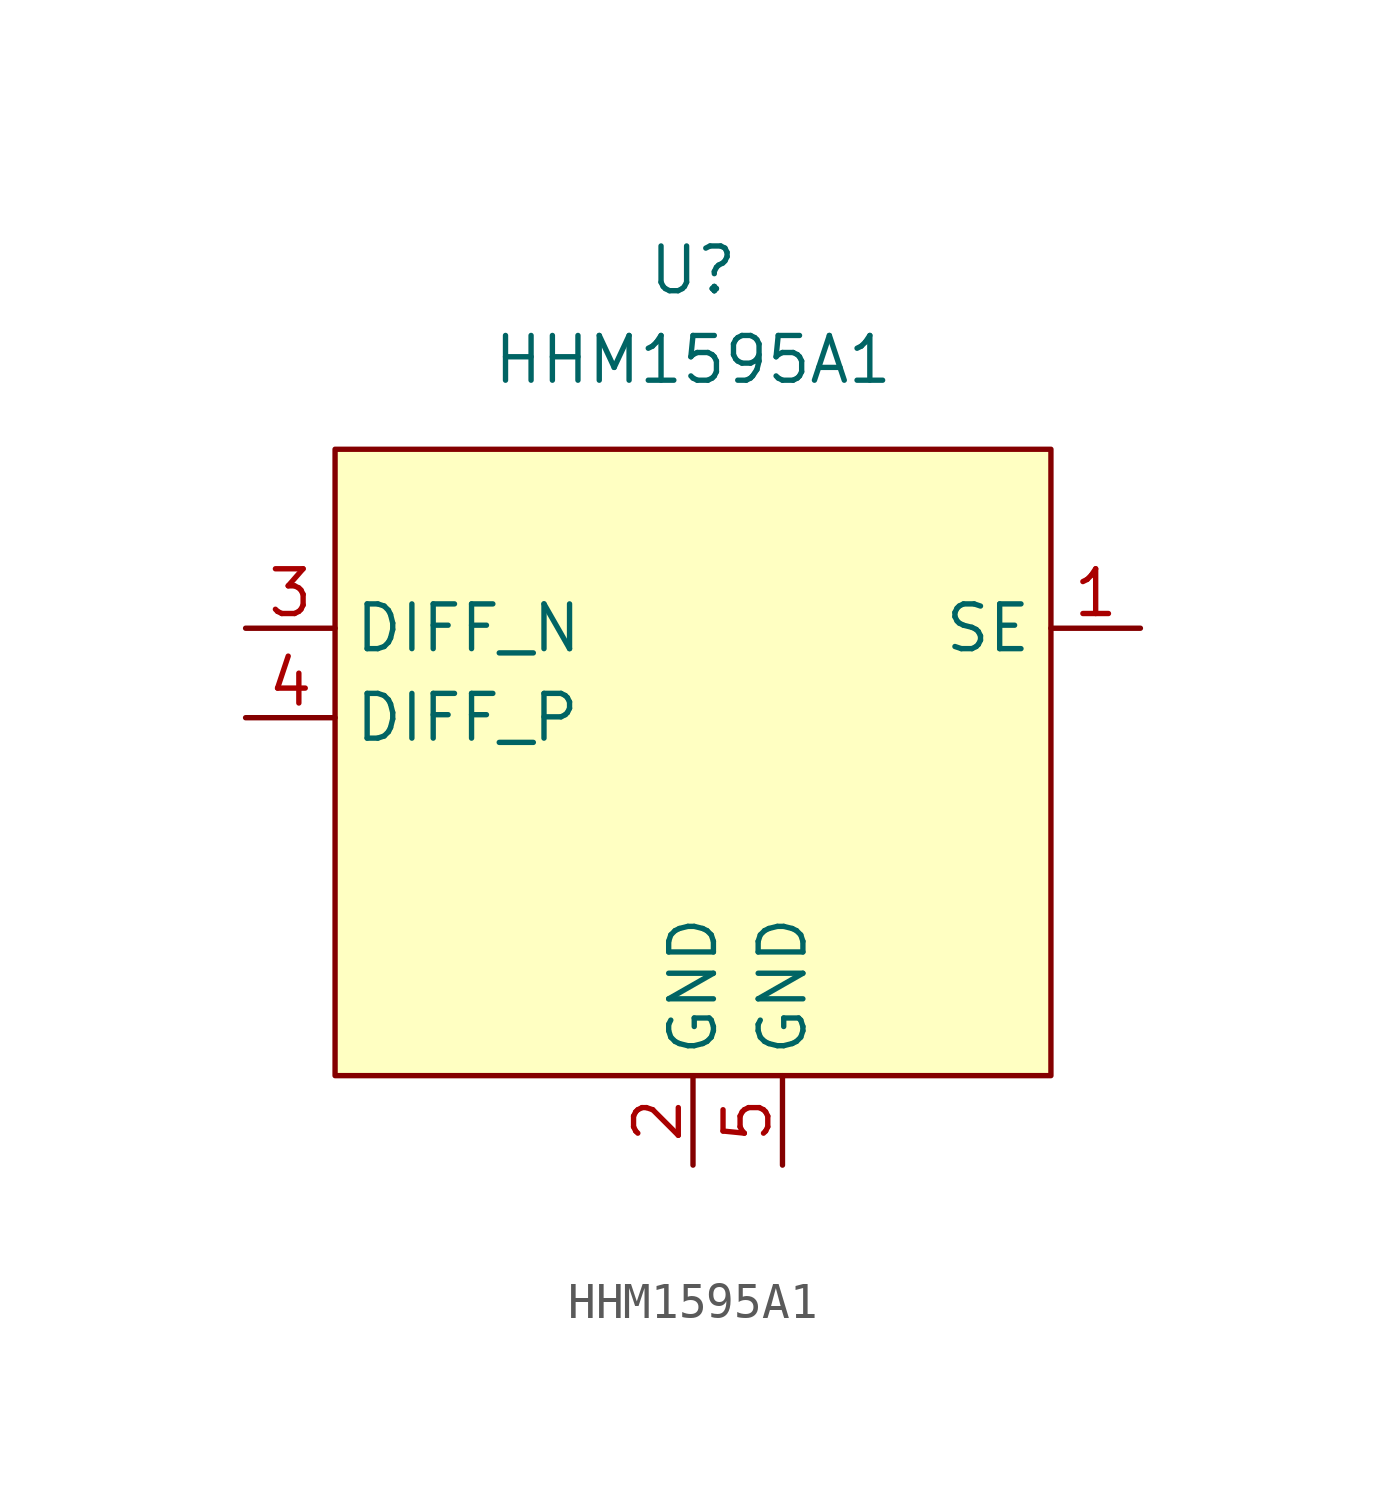
<source format=kicad_sym>
(kicad_symbol_lib
  (version 20211014)
  (generator kicad_symbol_editor)
  (symbol "HHM1595A1"
    (property "Reference" "U"
      (at 0 10.16 0)
      (effects (font (size 1.27 1.27))))
    (property "Value" "HHM1595A1"
      (at 0 7.62 0)
      (effects (font (size 1.27 1.27))))
    (symbol "HHM1595A1_0_1"
      (rectangle (start -10.16 5.08) (end 10.16 -12.7) (stroke (width 0) (type default) (color 0 0 0 0)) (fill (type background))))
    (symbol "HHM1595A1_1_1"
      (pin bidirectional line (at 12.7 0 180) (length 2.54) (name "SE" (effects (font (size 1.27 1.27)))) (number "1" (effects (font (size 1.27 1.27)))))
      (pin power_in line (at 0 -15.24 90) (length 2.54) (name "GND" (effects (font (size 1.27 1.27)))) (number "2" (effects (font (size 1.27 1.27)))))
      (pin bidirectional line (at -12.7 0 0) (length 2.54) (name "DIFF_N" (effects (font (size 1.27 1.27)))) (number "3" (effects (font (size 1.27 1.27)))))
      (pin input line (at -12.7 -2.54 0) (length 2.54) (name "DIFF_P" (effects (font (size 1.27 1.27)))) (number "4" (effects (font (size 1.27 1.27)))))
      (pin power_in line (at 2.54 -15.24 90) (length 2.54) (name "GND" (effects (font (size 1.27 1.27)))) (number "5" (effects (font (size 1.27 1.27)))))
      (pin no_connect line (at 10.16 -2.54 180) (length 2.54) hide (name "NC" (effects (font (size 1.27 1.27)))) (number "6" (effects (font (size 1.27 1.27))))))))
</source>
